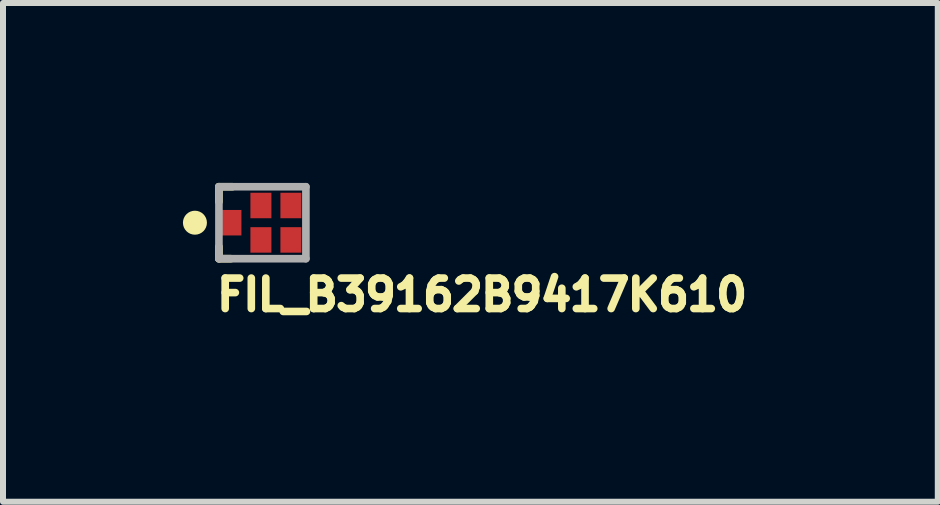
<source format=kicad_pcb>
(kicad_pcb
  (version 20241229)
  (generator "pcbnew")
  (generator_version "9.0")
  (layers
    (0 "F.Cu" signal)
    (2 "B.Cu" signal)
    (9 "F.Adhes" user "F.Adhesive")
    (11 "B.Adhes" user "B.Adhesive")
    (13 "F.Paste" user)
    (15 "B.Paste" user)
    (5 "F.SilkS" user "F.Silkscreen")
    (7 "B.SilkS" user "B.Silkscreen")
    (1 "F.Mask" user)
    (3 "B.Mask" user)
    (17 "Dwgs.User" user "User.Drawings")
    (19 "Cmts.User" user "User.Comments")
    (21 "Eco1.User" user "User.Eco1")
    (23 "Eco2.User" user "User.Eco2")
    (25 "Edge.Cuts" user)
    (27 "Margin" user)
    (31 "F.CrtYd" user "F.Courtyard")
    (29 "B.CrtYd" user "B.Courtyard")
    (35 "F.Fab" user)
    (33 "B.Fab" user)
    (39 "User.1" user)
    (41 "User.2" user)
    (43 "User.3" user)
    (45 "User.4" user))
  (footprint "FIL_B39162B9417K610"
    (layer "F.Cu")
    (at 1.3 0.663)
    (property "Reference" "FIL_B39162B9417K610" (at -0.8 1.5 0) (layer "F.SilkS") (effects (font (size 0.508 0.508) (thickness 0.127)) (justify left bottom)))
    (fp_line (start -0.7 -0.6) (end -0.475 -0.6) (stroke (width 0.127) (type solid)) (layer "F.SilkS"))
    (fp_line (start -0.7 -0.35) (end -0.7 -0.6) (stroke (width 0.127) (type solid)) (layer "F.SilkS"))
    (fp_line (start -0.7 0.4) (end -0.7 0.6) (stroke (width 0.127) (type solid)) (layer "F.SilkS"))
    (fp_line (start -0.7 0.6) (end -0.5 0.6) (stroke (width 0.127) (type solid)) (layer "F.SilkS"))
    (fp_circle (center -1.1 0) (end -1 0) (stroke (width 0.2) (type solid)) (fill no) (layer "F.SilkS"))
    (fp_line (start -0.7 -0.6) (end -0.7 0.6) (stroke (width 0.127) (type solid)) (layer "F.Fab"))
    (fp_line (start -0.7 0.6) (end 0.75 0.6) (stroke (width 0.127) (type solid)) (layer "F.Fab"))
    (fp_line (start 0.75 -0.6) (end -0.7 -0.6) (stroke (width 0.127) (type solid)) (layer "F.Fab"))
    (fp_line (start 0.75 0.6) (end 0.75 -0.6) (stroke (width 0.127) (type solid)) (layer "F.Fab"))
    (pad "1" smd rect (at -0.5 0) (size 0.35 0.425) (layers "F.Cu" "F.Mask" "F.Paste"))
    (pad "2" smd rect (at 0 0.287) (size 0.35 0.425) (layers "F.Cu" "F.Mask" "F.Paste"))
    (pad "3" smd rect (at 0.5 0.287) (size 0.35 0.425) (layers "F.Cu" "F.Mask" "F.Paste"))
    (pad "4" smd rect (at 0.5 -0.287) (size 0.35 0.425) (layers "F.Cu" "F.Mask" "F.Paste"))
    (pad "5" smd rect (at 0 -0.287) (size 0.35 0.425) (layers "F.Cu" "F.Mask" "F.Paste")))
  (gr_rect
    (start -3 -3)
    (end 12.585 5.315)
    (stroke (width 0.1) (type default))
    (fill no)
    (layer "Edge.Cuts")))
</source>
